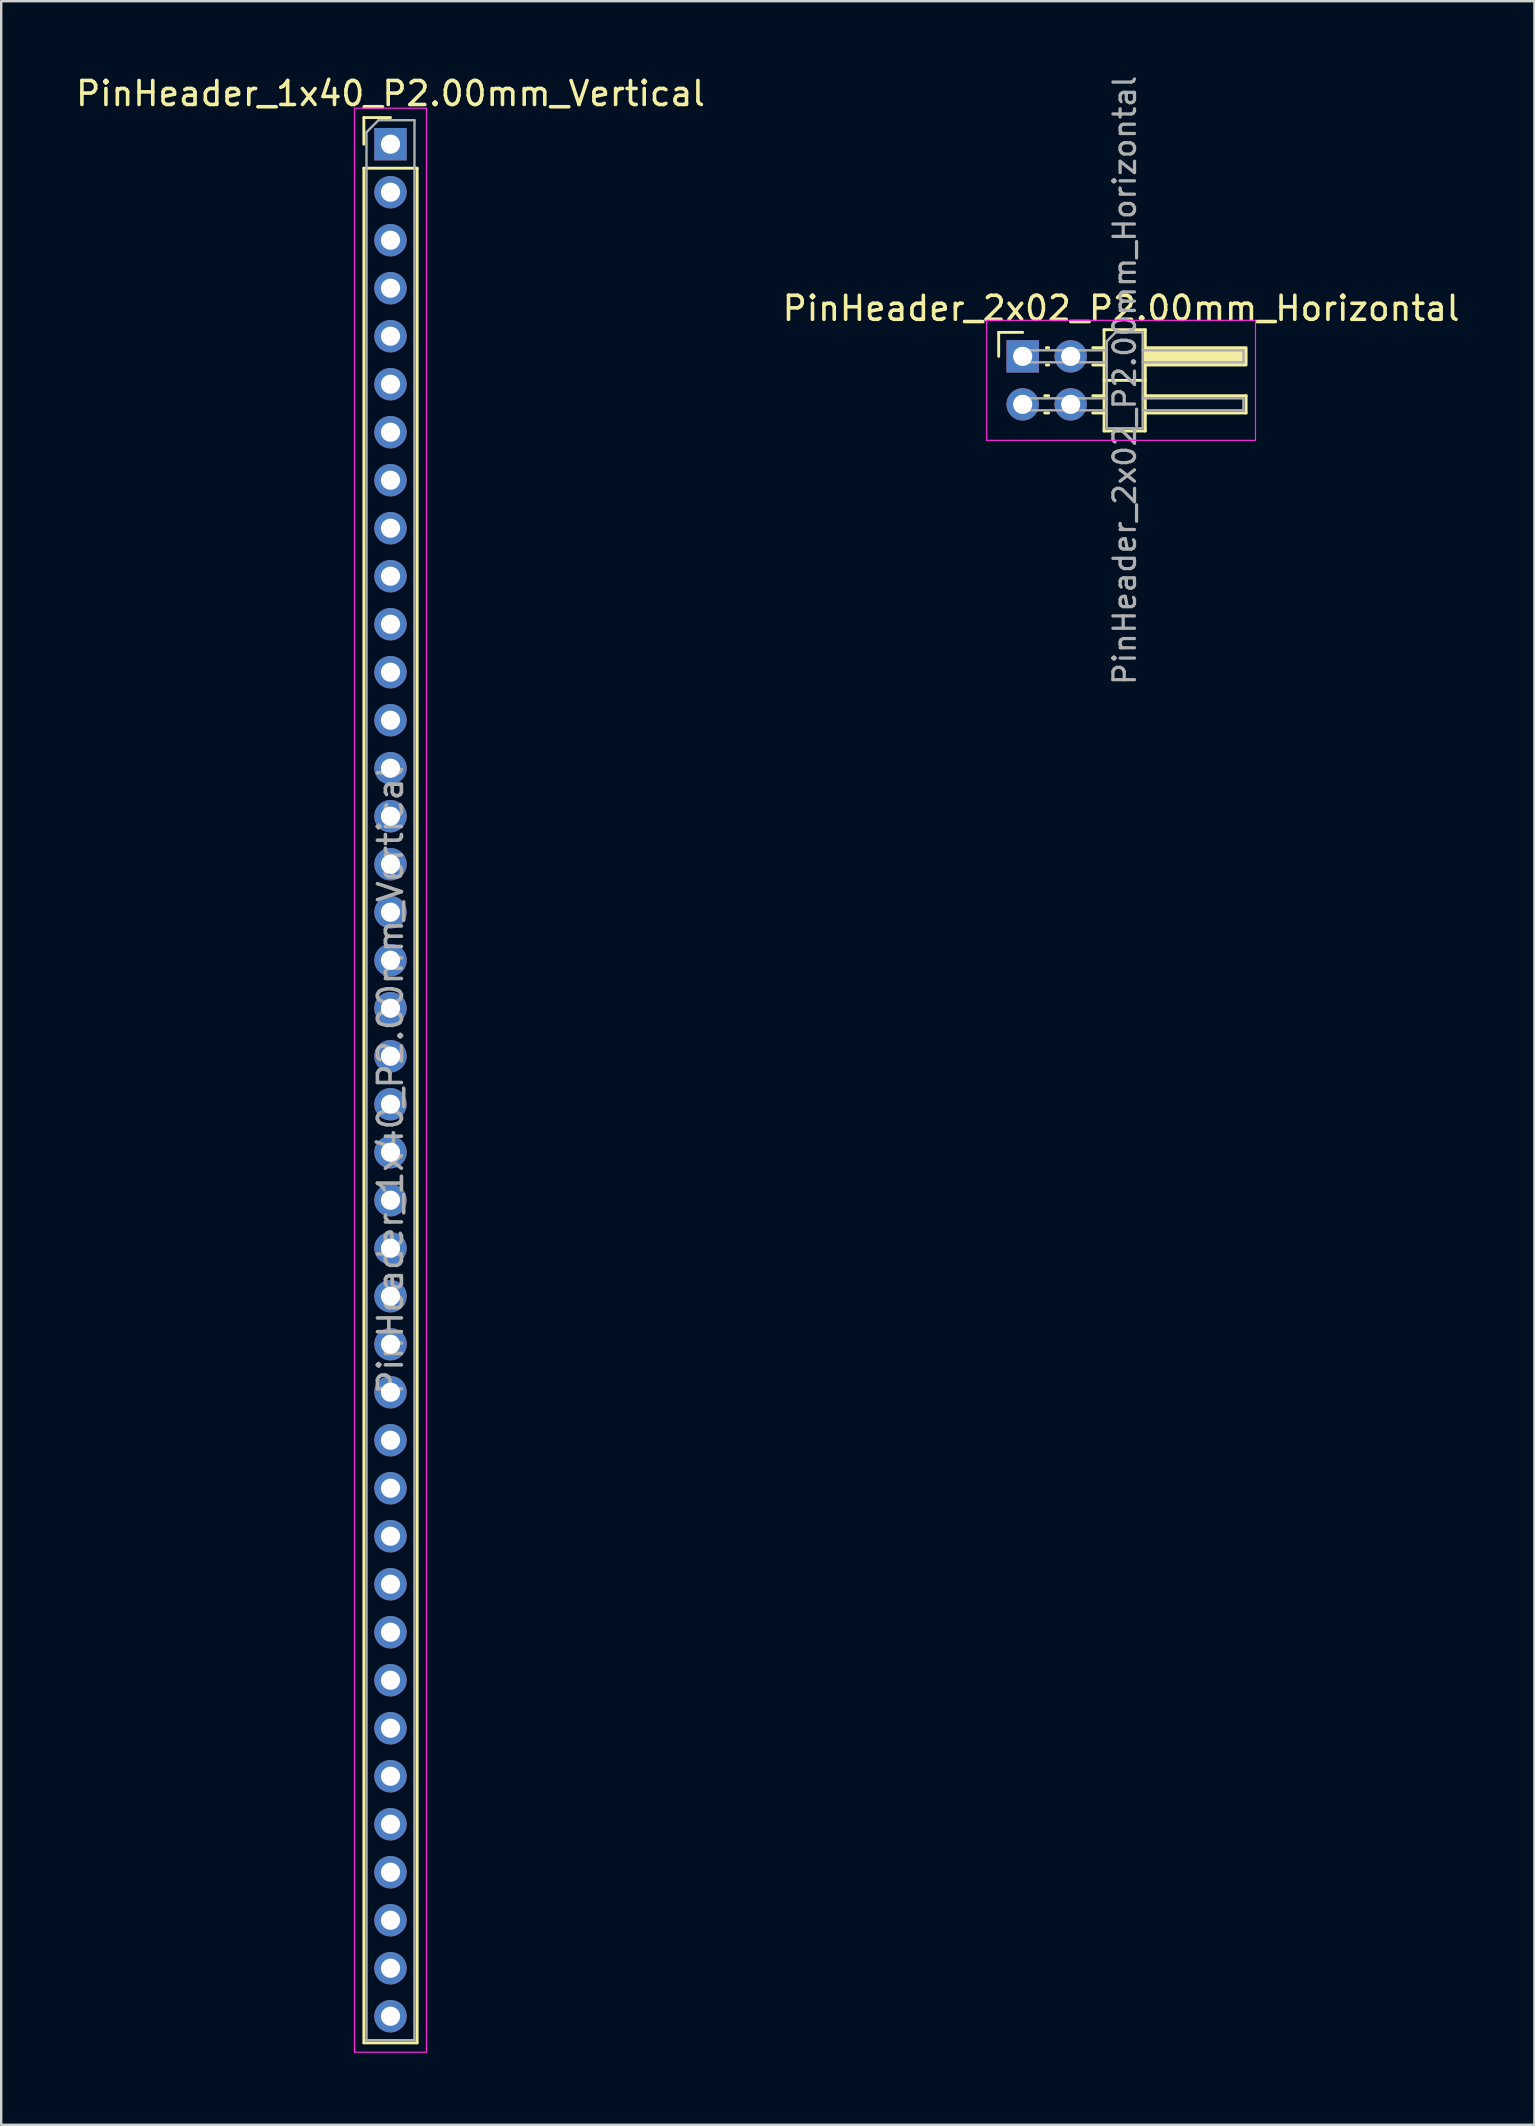
<source format=kicad_pcb>
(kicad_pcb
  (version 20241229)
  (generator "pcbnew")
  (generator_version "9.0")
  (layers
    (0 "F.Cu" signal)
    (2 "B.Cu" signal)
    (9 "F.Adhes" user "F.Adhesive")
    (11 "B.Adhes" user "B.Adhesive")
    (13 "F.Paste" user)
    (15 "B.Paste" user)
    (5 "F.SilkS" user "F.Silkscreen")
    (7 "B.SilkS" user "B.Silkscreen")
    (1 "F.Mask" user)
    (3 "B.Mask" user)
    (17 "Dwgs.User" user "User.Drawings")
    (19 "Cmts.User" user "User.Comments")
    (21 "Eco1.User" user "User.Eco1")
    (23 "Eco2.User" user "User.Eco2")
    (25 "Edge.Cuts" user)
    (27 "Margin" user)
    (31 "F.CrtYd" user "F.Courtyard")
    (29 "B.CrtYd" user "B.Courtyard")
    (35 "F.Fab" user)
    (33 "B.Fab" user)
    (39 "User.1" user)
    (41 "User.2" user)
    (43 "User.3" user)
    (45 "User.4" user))
  (footprint "PinHeader_2x02_P2.00mm_Horizontal"
    (layer "F.Cu")
    (at 39.561 11.798)
    (property "Reference" "PinHeader_2x02_P2.00mm_Horizontal" (at 4.1 -2 0) (layer "F.SilkS") (effects (font (size 1 1) (thickness 0.15))))
    (attr through_hole)
    (fp_line (start -1 -1) (end 0 -1) (stroke (width 0.12) (type solid)) (layer "F.SilkS"))
    (fp_line (start -1 0) (end -1 -1) (stroke (width 0.12) (type solid)) (layer "F.SilkS"))
    (fp_line (start 0.917 1.64) (end 1.083 1.64) (stroke (width 0.12) (type solid)) (layer "F.SilkS"))
    (fp_line (start 0.917 2.36) (end 1.083 2.36) (stroke (width 0.12) (type solid)) (layer "F.SilkS"))
    (fp_line (start 0.985 -0.36) (end 1.083 -0.36) (stroke (width 0.12) (type solid)) (layer "F.SilkS"))
    (fp_line (start 0.985 0.36) (end 1.083 0.36) (stroke (width 0.12) (type solid)) (layer "F.SilkS"))
    (fp_line (start 2.917 -0.36) (end 3.39 -0.36) (stroke (width 0.12) (type solid)) (layer "F.SilkS"))
    (fp_line (start 2.917 0.36) (end 3.39 0.36) (stroke (width 0.12) (type solid)) (layer "F.SilkS"))
    (fp_line (start 2.917 1.64) (end 3.39 1.64) (stroke (width 0.12) (type solid)) (layer "F.SilkS"))
    (fp_line (start 2.917 2.36) (end 3.39 2.36) (stroke (width 0.12) (type solid)) (layer "F.SilkS"))
    (fp_line (start 3.39 -1.11) (end 3.39 3.11) (stroke (width 0.12) (type solid)) (layer "F.SilkS"))
    (fp_line (start 3.39 1) (end 5.11 1) (stroke (width 0.12) (type solid)) (layer "F.SilkS"))
    (fp_line (start 3.39 3.11) (end 5.11 3.11) (stroke (width 0.12) (type solid)) (layer "F.SilkS"))
    (fp_line (start 5.11 -1.11) (end 3.39 -1.11) (stroke (width 0.12) (type solid)) (layer "F.SilkS"))
    (fp_line (start 5.11 1.64) (end 9.31 1.64) (stroke (width 0.12) (type solid)) (layer "F.SilkS"))
    (fp_line (start 5.11 3.11) (end 5.11 -1.11) (stroke (width 0.12) (type solid)) (layer "F.SilkS"))
    (fp_line (start 9.31 1.64) (end 9.31 2.36) (stroke (width 0.12) (type solid)) (layer "F.SilkS"))
    (fp_line (start 9.31 2.36) (end 5.11 2.36) (stroke (width 0.12) (type solid)) (layer "F.SilkS"))
    (fp_rect (start 5.11 -0.36) (end 9.31 0.36) (stroke (width 0.12) (type solid)) (fill yes) (layer "F.SilkS"))
    (fp_line (start -1.5 -1.5) (end -1.5 3.5) (stroke (width 0.05) (type solid)) (layer "F.CrtYd"))
    (fp_line (start -1.5 3.5) (end 9.7 3.5) (stroke (width 0.05) (type solid)) (layer "F.CrtYd"))
    (fp_line (start 9.7 -1.5) (end -1.5 -1.5) (stroke (width 0.05) (type solid)) (layer "F.CrtYd"))
    (fp_line (start 9.7 3.5) (end 9.7 -1.5) (stroke (width 0.05) (type solid)) (layer "F.CrtYd"))
    (fp_line (start -0.25 -0.25) (end -0.25 0.25) (stroke (width 0.1) (type solid)) (layer "F.Fab"))
    (fp_line (start -0.25 -0.25) (end 3.5 -0.25) (stroke (width 0.1) (type solid)) (layer "F.Fab"))
    (fp_line (start -0.25 0.25) (end 3.5 0.25) (stroke (width 0.1) (type solid)) (layer "F.Fab"))
    (fp_line (start -0.25 1.75) (end -0.25 2.25) (stroke (width 0.1) (type solid)) (layer "F.Fab"))
    (fp_line (start -0.25 1.75) (end 3.5 1.75) (stroke (width 0.1) (type solid)) (layer "F.Fab"))
    (fp_line (start -0.25 2.25) (end 3.5 2.25) (stroke (width 0.1) (type solid)) (layer "F.Fab"))
    (fp_line (start 3.5 -0.625) (end 3.875 -1) (stroke (width 0.1) (type solid)) (layer "F.Fab"))
    (fp_line (start 3.5 3) (end 3.5 -0.625) (stroke (width 0.1) (type solid)) (layer "F.Fab"))
    (fp_line (start 3.875 -1) (end 5 -1) (stroke (width 0.1) (type solid)) (layer "F.Fab"))
    (fp_line (start 5 -1) (end 5 3) (stroke (width 0.1) (type solid)) (layer "F.Fab"))
    (fp_line (start 5 -0.25) (end 9.2 -0.25) (stroke (width 0.1) (type solid)) (layer "F.Fab"))
    (fp_line (start 5 0.25) (end 9.2 0.25) (stroke (width 0.1) (type solid)) (layer "F.Fab"))
    (fp_line (start 5 1.75) (end 9.2 1.75) (stroke (width 0.1) (type solid)) (layer "F.Fab"))
    (fp_line (start 5 2.25) (end 9.2 2.25) (stroke (width 0.1) (type solid)) (layer "F.Fab"))
    (fp_line (start 5 3) (end 3.5 3) (stroke (width 0.1) (type solid)) (layer "F.Fab"))
    (fp_line (start 9.2 -0.25) (end 9.2 0.25) (stroke (width 0.1) (type solid)) (layer "F.Fab"))
    (fp_line (start 9.2 1.75) (end 9.2 2.25) (stroke (width 0.1) (type solid)) (layer "F.Fab"))
    (fp_text user "${REFERENCE}" (at 4.25 1 90) (layer "F.Fab") (effects (font (size 0.9 0.9) (thickness 0.135))))
    (pad "1" thru_hole rect (at 0 0) (size 1.35 1.35) (drill 0.8) (layers "*.Cu" "*.Mask"))
    (pad "2" thru_hole circle (at 2 0) (size 1.35 1.35) (drill 0.8) (layers "*.Cu" "*.Mask"))
    (pad "3" thru_hole circle (at 0 2) (size 1.35 1.35) (drill 0.8) (layers "*.Cu" "*.Mask"))
    (pad "4" thru_hole circle (at 2 2) (size 1.35 1.35) (drill 0.8) (layers "*.Cu" "*.Mask")))
  (footprint "PinHeader_1x40_P2.00mm_Vertical"
    (layer "F.Cu")
    (at 13.22 2.958)
    (property "Reference" "PinHeader_1x40_P2.00mm_Vertical" (at 0 -2.11 0) (layer "F.SilkS") (effects (font (size 1 1) (thickness 0.15))))
    (attr through_hole)
    (fp_line (start -1.11 -1.11) (end 0 -1.11) (stroke (width 0.12) (type solid)) (layer "F.SilkS"))
    (fp_line (start -1.11 0) (end -1.11 -1.11) (stroke (width 0.12) (type solid)) (layer "F.SilkS"))
    (fp_line (start -1.11 1) (end -1.11 79.11) (stroke (width 0.12) (type solid)) (layer "F.SilkS"))
    (fp_line (start -1.11 1) (end 1.11 1) (stroke (width 0.12) (type solid)) (layer "F.SilkS"))
    (fp_line (start -1.11 79.11) (end 1.11 79.11) (stroke (width 0.12) (type solid)) (layer "F.SilkS"))
    (fp_line (start 1.11 1) (end 1.11 79.11) (stroke (width 0.12) (type solid)) (layer "F.SilkS"))
    (fp_line (start -1.5 -1.5) (end -1.5 79.5) (stroke (width 0.05) (type solid)) (layer "F.CrtYd"))
    (fp_line (start -1.5 79.5) (end 1.5 79.5) (stroke (width 0.05) (type solid)) (layer "F.CrtYd"))
    (fp_line (start 1.5 -1.5) (end -1.5 -1.5) (stroke (width 0.05) (type solid)) (layer "F.CrtYd"))
    (fp_line (start 1.5 79.5) (end 1.5 -1.5) (stroke (width 0.05) (type solid)) (layer "F.CrtYd"))
    (fp_line (start -1 -0.5) (end -0.5 -1) (stroke (width 0.1) (type solid)) (layer "F.Fab"))
    (fp_line (start -1 79) (end -1 -0.5) (stroke (width 0.1) (type solid)) (layer "F.Fab"))
    (fp_line (start -0.5 -1) (end 1 -1) (stroke (width 0.1) (type solid)) (layer "F.Fab"))
    (fp_line (start 1 -1) (end 1 79) (stroke (width 0.1) (type solid)) (layer "F.Fab"))
    (fp_line (start 1 79) (end -1 79) (stroke (width 0.1) (type solid)) (layer "F.Fab"))
    (fp_text user "${REFERENCE}" (at 0 39 90) (layer "F.Fab") (effects (font (size 1 1) (thickness 0.15))))
    (pad "1" thru_hole rect (at 0 0) (size 1.35 1.35) (drill 0.8) (layers "*.Cu" "*.Mask"))
    (pad "2" thru_hole circle (at 0 2) (size 1.35 1.35) (drill 0.8) (layers "*.Cu" "*.Mask"))
    (pad "3" thru_hole circle (at 0 4) (size 1.35 1.35) (drill 0.8) (layers "*.Cu" "*.Mask"))
    (pad "4" thru_hole circle (at 0 6) (size 1.35 1.35) (drill 0.8) (layers "*.Cu" "*.Mask"))
    (pad "5" thru_hole circle (at 0 8) (size 1.35 1.35) (drill 0.8) (layers "*.Cu" "*.Mask"))
    (pad "6" thru_hole circle (at 0 10) (size 1.35 1.35) (drill 0.8) (layers "*.Cu" "*.Mask"))
    (pad "7" thru_hole circle (at 0 12) (size 1.35 1.35) (drill 0.8) (layers "*.Cu" "*.Mask"))
    (pad "8" thru_hole circle (at 0 14) (size 1.35 1.35) (drill 0.8) (layers "*.Cu" "*.Mask"))
    (pad "9" thru_hole circle (at 0 16) (size 1.35 1.35) (drill 0.8) (layers "*.Cu" "*.Mask"))
    (pad "10" thru_hole circle (at 0 18) (size 1.35 1.35) (drill 0.8) (layers "*.Cu" "*.Mask"))
    (pad "11" thru_hole circle (at 0 20) (size 1.35 1.35) (drill 0.8) (layers "*.Cu" "*.Mask"))
    (pad "12" thru_hole circle (at 0 22) (size 1.35 1.35) (drill 0.8) (layers "*.Cu" "*.Mask"))
    (pad "13" thru_hole circle (at 0 24) (size 1.35 1.35) (drill 0.8) (layers "*.Cu" "*.Mask"))
    (pad "14" thru_hole circle (at 0 26) (size 1.35 1.35) (drill 0.8) (layers "*.Cu" "*.Mask"))
    (pad "15" thru_hole circle (at 0 28) (size 1.35 1.35) (drill 0.8) (layers "*.Cu" "*.Mask"))
    (pad "16" thru_hole circle (at 0 30) (size 1.35 1.35) (drill 0.8) (layers "*.Cu" "*.Mask"))
    (pad "17" thru_hole circle (at 0 32) (size 1.35 1.35) (drill 0.8) (layers "*.Cu" "*.Mask"))
    (pad "18" thru_hole circle (at 0 34) (size 1.35 1.35) (drill 0.8) (layers "*.Cu" "*.Mask"))
    (pad "19" thru_hole circle (at 0 36) (size 1.35 1.35) (drill 0.8) (layers "*.Cu" "*.Mask"))
    (pad "20" thru_hole circle (at 0 38) (size 1.35 1.35) (drill 0.8) (layers "*.Cu" "*.Mask"))
    (pad "21" thru_hole circle (at 0 40) (size 1.35 1.35) (drill 0.8) (layers "*.Cu" "*.Mask"))
    (pad "22" thru_hole circle (at 0 42) (size 1.35 1.35) (drill 0.8) (layers "*.Cu" "*.Mask"))
    (pad "23" thru_hole circle (at 0 44) (size 1.35 1.35) (drill 0.8) (layers "*.Cu" "*.Mask"))
    (pad "24" thru_hole circle (at 0 46) (size 1.35 1.35) (drill 0.8) (layers "*.Cu" "*.Mask"))
    (pad "25" thru_hole circle (at 0 48) (size 1.35 1.35) (drill 0.8) (layers "*.Cu" "*.Mask"))
    (pad "26" thru_hole circle (at 0 50) (size 1.35 1.35) (drill 0.8) (layers "*.Cu" "*.Mask"))
    (pad "27" thru_hole circle (at 0 52) (size 1.35 1.35) (drill 0.8) (layers "*.Cu" "*.Mask"))
    (pad "28" thru_hole circle (at 0 54) (size 1.35 1.35) (drill 0.8) (layers "*.Cu" "*.Mask"))
    (pad "29" thru_hole circle (at 0 56) (size 1.35 1.35) (drill 0.8) (layers "*.Cu" "*.Mask"))
    (pad "30" thru_hole circle (at 0 58) (size 1.35 1.35) (drill 0.8) (layers "*.Cu" "*.Mask"))
    (pad "31" thru_hole circle (at 0 60) (size 1.35 1.35) (drill 0.8) (layers "*.Cu" "*.Mask"))
    (pad "32" thru_hole circle (at 0 62) (size 1.35 1.35) (drill 0.8) (layers "*.Cu" "*.Mask"))
    (pad "33" thru_hole circle (at 0 64) (size 1.35 1.35) (drill 0.8) (layers "*.Cu" "*.Mask"))
    (pad "34" thru_hole circle (at 0 66) (size 1.35 1.35) (drill 0.8) (layers "*.Cu" "*.Mask"))
    (pad "35" thru_hole circle (at 0 68) (size 1.35 1.35) (drill 0.8) (layers "*.Cu" "*.Mask"))
    (pad "36" thru_hole circle (at 0 70) (size 1.35 1.35) (drill 0.8) (layers "*.Cu" "*.Mask"))
    (pad "37" thru_hole circle (at 0 72) (size 1.35 1.35) (drill 0.8) (layers "*.Cu" "*.Mask"))
    (pad "38" thru_hole circle (at 0 74) (size 1.35 1.35) (drill 0.8) (layers "*.Cu" "*.Mask"))
    (pad "39" thru_hole circle (at 0 76) (size 1.35 1.35) (drill 0.8) (layers "*.Cu" "*.Mask"))
    (pad "40" thru_hole circle (at 0 78) (size 1.35 1.35) (drill 0.8) (layers "*.Cu" "*.Mask")))
  (gr_rect
    (start -3 -3)
    (end 60.881 85.483)
    (stroke (width 0.1) (type default))
    (fill no)
    (layer "Edge.Cuts")))
</source>
